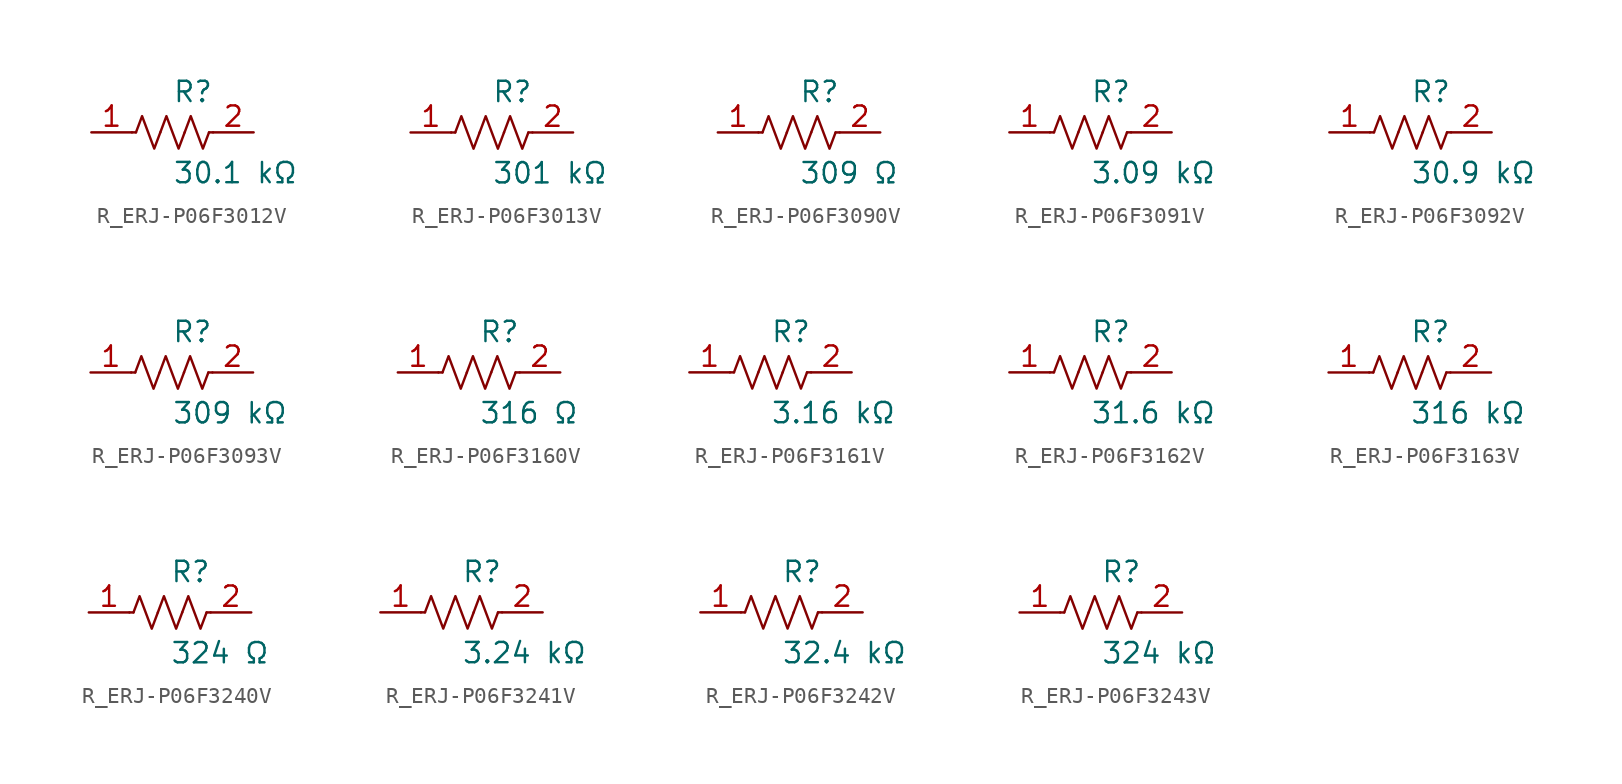
<source format=kicad_sym>
(kicad_symbol_lib
  (version 20231120)
  (generator kicad_symbol_editor)
  (generator_version 8.0)
  (symbol "R_ERJ-P06F3012V"
    (pin_names
      (offset 0.254))
    (property "Reference" "R"
      (at 0 2.54 0)
      (effects (font (size 1.27 1.27)) (justify left)))
    (property "Value" "30.1 kΩ"
      (at 0 -2.54 0)
      (effects (font (size 1.27 1.27)) (justify left)))
    (symbol "R_ERJ-P06F3012V_0_1"
      (polyline (pts (xy 2.286 0) (xy 2.54 0)) (stroke (width 0) (type default)) (fill (type none)))
      (polyline (pts (xy -2.286 0) (xy -2.54 0)) (stroke (width 0) (type default)) (fill (type none)))
      (polyline (pts (xy 0.762 0) (xy 1.143 1.016) (xy 1.524 0) (xy 1.905 -1.016) (xy 2.286 0)) (stroke (width 0) (type default)) (fill (type none)))
      (polyline (pts (xy -0.762 0) (xy -0.381 1.016) (xy 0 0) (xy 0.381 -1.016) (xy 0.762 0)) (stroke (width 0) (type default)) (fill (type none)))
      (polyline (pts (xy -2.286 0) (xy -1.905 1.016) (xy -1.524 0) (xy -1.143 -1.016) (xy -0.762 0)) (stroke (width 0) (type default)) (fill (type none))))
    (pin passive line
      (at -5.08 0 0)
      (length 2.54)
      (name "" (effects (font (size 1.27 1.27))))
      (number "1" (effects (font (size 1.27 1.27)))))
    (pin passive line
      (at 5.08 0 180)
      (length 2.54)
      (name "" (effects (font (size 1.27 1.27))))
      (number "2" (effects (font (size 1.27 1.27))))))
  (symbol "R_ERJ-P06F3013V"
    (pin_names
      (offset 0.254))
    (property "Reference" "R"
      (at 0 2.54 0)
      (effects (font (size 1.27 1.27)) (justify left)))
    (property "Value" "301 kΩ"
      (at 0 -2.54 0)
      (effects (font (size 1.27 1.27)) (justify left)))
    (symbol "R_ERJ-P06F3013V_0_1"
      (polyline (pts (xy 2.286 0) (xy 2.54 0)) (stroke (width 0) (type default)) (fill (type none)))
      (polyline (pts (xy -2.286 0) (xy -2.54 0)) (stroke (width 0) (type default)) (fill (type none)))
      (polyline (pts (xy 0.762 0) (xy 1.143 1.016) (xy 1.524 0) (xy 1.905 -1.016) (xy 2.286 0)) (stroke (width 0) (type default)) (fill (type none)))
      (polyline (pts (xy -0.762 0) (xy -0.381 1.016) (xy 0 0) (xy 0.381 -1.016) (xy 0.762 0)) (stroke (width 0) (type default)) (fill (type none)))
      (polyline (pts (xy -2.286 0) (xy -1.905 1.016) (xy -1.524 0) (xy -1.143 -1.016) (xy -0.762 0)) (stroke (width 0) (type default)) (fill (type none))))
    (pin passive line
      (at -5.08 0 0)
      (length 2.54)
      (name "" (effects (font (size 1.27 1.27))))
      (number "1" (effects (font (size 1.27 1.27)))))
    (pin passive line
      (at 5.08 0 180)
      (length 2.54)
      (name "" (effects (font (size 1.27 1.27))))
      (number "2" (effects (font (size 1.27 1.27))))))
  (symbol "R_ERJ-P06F3090V"
    (pin_names
      (offset 0.254))
    (property "Reference" "R"
      (at 0 2.54 0)
      (effects (font (size 1.27 1.27)) (justify left)))
    (property "Value" "309 Ω"
      (at 0 -2.54 0)
      (effects (font (size 1.27 1.27)) (justify left)))
    (symbol "R_ERJ-P06F3090V_0_1"
      (polyline (pts (xy 2.286 0) (xy 2.54 0)) (stroke (width 0) (type default)) (fill (type none)))
      (polyline (pts (xy -2.286 0) (xy -2.54 0)) (stroke (width 0) (type default)) (fill (type none)))
      (polyline (pts (xy 0.762 0) (xy 1.143 1.016) (xy 1.524 0) (xy 1.905 -1.016) (xy 2.286 0)) (stroke (width 0) (type default)) (fill (type none)))
      (polyline (pts (xy -0.762 0) (xy -0.381 1.016) (xy 0 0) (xy 0.381 -1.016) (xy 0.762 0)) (stroke (width 0) (type default)) (fill (type none)))
      (polyline (pts (xy -2.286 0) (xy -1.905 1.016) (xy -1.524 0) (xy -1.143 -1.016) (xy -0.762 0)) (stroke (width 0) (type default)) (fill (type none))))
    (pin passive line
      (at -5.08 0 0)
      (length 2.54)
      (name "" (effects (font (size 1.27 1.27))))
      (number "1" (effects (font (size 1.27 1.27)))))
    (pin passive line
      (at 5.08 0 180)
      (length 2.54)
      (name "" (effects (font (size 1.27 1.27))))
      (number "2" (effects (font (size 1.27 1.27))))))
  (symbol "R_ERJ-P06F3091V"
    (pin_names
      (offset 0.254))
    (property "Reference" "R"
      (at 0 2.54 0)
      (effects (font (size 1.27 1.27)) (justify left)))
    (property "Value" "3.09 kΩ"
      (at 0 -2.54 0)
      (effects (font (size 1.27 1.27)) (justify left)))
    (symbol "R_ERJ-P06F3091V_0_1"
      (polyline (pts (xy 2.286 0) (xy 2.54 0)) (stroke (width 0) (type default)) (fill (type none)))
      (polyline (pts (xy -2.286 0) (xy -2.54 0)) (stroke (width 0) (type default)) (fill (type none)))
      (polyline (pts (xy 0.762 0) (xy 1.143 1.016) (xy 1.524 0) (xy 1.905 -1.016) (xy 2.286 0)) (stroke (width 0) (type default)) (fill (type none)))
      (polyline (pts (xy -0.762 0) (xy -0.381 1.016) (xy 0 0) (xy 0.381 -1.016) (xy 0.762 0)) (stroke (width 0) (type default)) (fill (type none)))
      (polyline (pts (xy -2.286 0) (xy -1.905 1.016) (xy -1.524 0) (xy -1.143 -1.016) (xy -0.762 0)) (stroke (width 0) (type default)) (fill (type none))))
    (pin passive line
      (at -5.08 0 0)
      (length 2.54)
      (name "" (effects (font (size 1.27 1.27))))
      (number "1" (effects (font (size 1.27 1.27)))))
    (pin passive line
      (at 5.08 0 180)
      (length 2.54)
      (name "" (effects (font (size 1.27 1.27))))
      (number "2" (effects (font (size 1.27 1.27))))))
  (symbol "R_ERJ-P06F3092V"
    (pin_names
      (offset 0.254))
    (property "Reference" "R"
      (at 0 2.54 0)
      (effects (font (size 1.27 1.27)) (justify left)))
    (property "Value" "30.9 kΩ"
      (at 0 -2.54 0)
      (effects (font (size 1.27 1.27)) (justify left)))
    (symbol "R_ERJ-P06F3092V_0_1"
      (polyline (pts (xy 2.286 0) (xy 2.54 0)) (stroke (width 0) (type default)) (fill (type none)))
      (polyline (pts (xy -2.286 0) (xy -2.54 0)) (stroke (width 0) (type default)) (fill (type none)))
      (polyline (pts (xy 0.762 0) (xy 1.143 1.016) (xy 1.524 0) (xy 1.905 -1.016) (xy 2.286 0)) (stroke (width 0) (type default)) (fill (type none)))
      (polyline (pts (xy -0.762 0) (xy -0.381 1.016) (xy 0 0) (xy 0.381 -1.016) (xy 0.762 0)) (stroke (width 0) (type default)) (fill (type none)))
      (polyline (pts (xy -2.286 0) (xy -1.905 1.016) (xy -1.524 0) (xy -1.143 -1.016) (xy -0.762 0)) (stroke (width 0) (type default)) (fill (type none))))
    (pin passive line
      (at -5.08 0 0)
      (length 2.54)
      (name "" (effects (font (size 1.27 1.27))))
      (number "1" (effects (font (size 1.27 1.27)))))
    (pin passive line
      (at 5.08 0 180)
      (length 2.54)
      (name "" (effects (font (size 1.27 1.27))))
      (number "2" (effects (font (size 1.27 1.27))))))
  (symbol "R_ERJ-P06F3093V"
    (pin_names
      (offset 0.254))
    (property "Reference" "R"
      (at 0 2.54 0)
      (effects (font (size 1.27 1.27)) (justify left)))
    (property "Value" "309 kΩ"
      (at 0 -2.54 0)
      (effects (font (size 1.27 1.27)) (justify left)))
    (symbol "R_ERJ-P06F3093V_0_1"
      (polyline (pts (xy 2.286 0) (xy 2.54 0)) (stroke (width 0) (type default)) (fill (type none)))
      (polyline (pts (xy -2.286 0) (xy -2.54 0)) (stroke (width 0) (type default)) (fill (type none)))
      (polyline (pts (xy 0.762 0) (xy 1.143 1.016) (xy 1.524 0) (xy 1.905 -1.016) (xy 2.286 0)) (stroke (width 0) (type default)) (fill (type none)))
      (polyline (pts (xy -0.762 0) (xy -0.381 1.016) (xy 0 0) (xy 0.381 -1.016) (xy 0.762 0)) (stroke (width 0) (type default)) (fill (type none)))
      (polyline (pts (xy -2.286 0) (xy -1.905 1.016) (xy -1.524 0) (xy -1.143 -1.016) (xy -0.762 0)) (stroke (width 0) (type default)) (fill (type none))))
    (pin passive line
      (at -5.08 0 0)
      (length 2.54)
      (name "" (effects (font (size 1.27 1.27))))
      (number "1" (effects (font (size 1.27 1.27)))))
    (pin passive line
      (at 5.08 0 180)
      (length 2.54)
      (name "" (effects (font (size 1.27 1.27))))
      (number "2" (effects (font (size 1.27 1.27))))))
  (symbol "R_ERJ-P06F3160V"
    (pin_names
      (offset 0.254))
    (property "Reference" "R"
      (at 0 2.54 0)
      (effects (font (size 1.27 1.27)) (justify left)))
    (property "Value" "316 Ω"
      (at 0 -2.54 0)
      (effects (font (size 1.27 1.27)) (justify left)))
    (symbol "R_ERJ-P06F3160V_0_1"
      (polyline (pts (xy 2.286 0) (xy 2.54 0)) (stroke (width 0) (type default)) (fill (type none)))
      (polyline (pts (xy -2.286 0) (xy -2.54 0)) (stroke (width 0) (type default)) (fill (type none)))
      (polyline (pts (xy 0.762 0) (xy 1.143 1.016) (xy 1.524 0) (xy 1.905 -1.016) (xy 2.286 0)) (stroke (width 0) (type default)) (fill (type none)))
      (polyline (pts (xy -0.762 0) (xy -0.381 1.016) (xy 0 0) (xy 0.381 -1.016) (xy 0.762 0)) (stroke (width 0) (type default)) (fill (type none)))
      (polyline (pts (xy -2.286 0) (xy -1.905 1.016) (xy -1.524 0) (xy -1.143 -1.016) (xy -0.762 0)) (stroke (width 0) (type default)) (fill (type none))))
    (pin passive line
      (at -5.08 0 0)
      (length 2.54)
      (name "" (effects (font (size 1.27 1.27))))
      (number "1" (effects (font (size 1.27 1.27)))))
    (pin passive line
      (at 5.08 0 180)
      (length 2.54)
      (name "" (effects (font (size 1.27 1.27))))
      (number "2" (effects (font (size 1.27 1.27))))))
  (symbol "R_ERJ-P06F3161V"
    (pin_names
      (offset 0.254))
    (property "Reference" "R"
      (at 0 2.54 0)
      (effects (font (size 1.27 1.27)) (justify left)))
    (property "Value" "3.16 kΩ"
      (at 0 -2.54 0)
      (effects (font (size 1.27 1.27)) (justify left)))
    (symbol "R_ERJ-P06F3161V_0_1"
      (polyline (pts (xy 2.286 0) (xy 2.54 0)) (stroke (width 0) (type default)) (fill (type none)))
      (polyline (pts (xy -2.286 0) (xy -2.54 0)) (stroke (width 0) (type default)) (fill (type none)))
      (polyline (pts (xy 0.762 0) (xy 1.143 1.016) (xy 1.524 0) (xy 1.905 -1.016) (xy 2.286 0)) (stroke (width 0) (type default)) (fill (type none)))
      (polyline (pts (xy -0.762 0) (xy -0.381 1.016) (xy 0 0) (xy 0.381 -1.016) (xy 0.762 0)) (stroke (width 0) (type default)) (fill (type none)))
      (polyline (pts (xy -2.286 0) (xy -1.905 1.016) (xy -1.524 0) (xy -1.143 -1.016) (xy -0.762 0)) (stroke (width 0) (type default)) (fill (type none))))
    (pin passive line
      (at -5.08 0 0)
      (length 2.54)
      (name "" (effects (font (size 1.27 1.27))))
      (number "1" (effects (font (size 1.27 1.27)))))
    (pin passive line
      (at 5.08 0 180)
      (length 2.54)
      (name "" (effects (font (size 1.27 1.27))))
      (number "2" (effects (font (size 1.27 1.27))))))
  (symbol "R_ERJ-P06F3162V"
    (pin_names
      (offset 0.254))
    (property "Reference" "R"
      (at 0 2.54 0)
      (effects (font (size 1.27 1.27)) (justify left)))
    (property "Value" "31.6 kΩ"
      (at 0 -2.54 0)
      (effects (font (size 1.27 1.27)) (justify left)))
    (symbol "R_ERJ-P06F3162V_0_1"
      (polyline (pts (xy 2.286 0) (xy 2.54 0)) (stroke (width 0) (type default)) (fill (type none)))
      (polyline (pts (xy -2.286 0) (xy -2.54 0)) (stroke (width 0) (type default)) (fill (type none)))
      (polyline (pts (xy 0.762 0) (xy 1.143 1.016) (xy 1.524 0) (xy 1.905 -1.016) (xy 2.286 0)) (stroke (width 0) (type default)) (fill (type none)))
      (polyline (pts (xy -0.762 0) (xy -0.381 1.016) (xy 0 0) (xy 0.381 -1.016) (xy 0.762 0)) (stroke (width 0) (type default)) (fill (type none)))
      (polyline (pts (xy -2.286 0) (xy -1.905 1.016) (xy -1.524 0) (xy -1.143 -1.016) (xy -0.762 0)) (stroke (width 0) (type default)) (fill (type none))))
    (pin passive line
      (at -5.08 0 0)
      (length 2.54)
      (name "" (effects (font (size 1.27 1.27))))
      (number "1" (effects (font (size 1.27 1.27)))))
    (pin passive line
      (at 5.08 0 180)
      (length 2.54)
      (name "" (effects (font (size 1.27 1.27))))
      (number "2" (effects (font (size 1.27 1.27))))))
  (symbol "R_ERJ-P06F3163V"
    (pin_names
      (offset 0.254))
    (property "Reference" "R"
      (at 0 2.54 0)
      (effects (font (size 1.27 1.27)) (justify left)))
    (property "Value" "316 kΩ"
      (at 0 -2.54 0)
      (effects (font (size 1.27 1.27)) (justify left)))
    (symbol "R_ERJ-P06F3163V_0_1"
      (polyline (pts (xy 2.286 0) (xy 2.54 0)) (stroke (width 0) (type default)) (fill (type none)))
      (polyline (pts (xy -2.286 0) (xy -2.54 0)) (stroke (width 0) (type default)) (fill (type none)))
      (polyline (pts (xy 0.762 0) (xy 1.143 1.016) (xy 1.524 0) (xy 1.905 -1.016) (xy 2.286 0)) (stroke (width 0) (type default)) (fill (type none)))
      (polyline (pts (xy -0.762 0) (xy -0.381 1.016) (xy 0 0) (xy 0.381 -1.016) (xy 0.762 0)) (stroke (width 0) (type default)) (fill (type none)))
      (polyline (pts (xy -2.286 0) (xy -1.905 1.016) (xy -1.524 0) (xy -1.143 -1.016) (xy -0.762 0)) (stroke (width 0) (type default)) (fill (type none))))
    (pin passive line
      (at -5.08 0 0)
      (length 2.54)
      (name "" (effects (font (size 1.27 1.27))))
      (number "1" (effects (font (size 1.27 1.27)))))
    (pin passive line
      (at 5.08 0 180)
      (length 2.54)
      (name "" (effects (font (size 1.27 1.27))))
      (number "2" (effects (font (size 1.27 1.27))))))
  (symbol "R_ERJ-P06F3240V"
    (pin_names
      (offset 0.254))
    (property "Reference" "R"
      (at 0 2.54 0)
      (effects (font (size 1.27 1.27)) (justify left)))
    (property "Value" "324 Ω"
      (at 0 -2.54 0)
      (effects (font (size 1.27 1.27)) (justify left)))
    (symbol "R_ERJ-P06F3240V_0_1"
      (polyline (pts (xy 2.286 0) (xy 2.54 0)) (stroke (width 0) (type default)) (fill (type none)))
      (polyline (pts (xy -2.286 0) (xy -2.54 0)) (stroke (width 0) (type default)) (fill (type none)))
      (polyline (pts (xy 0.762 0) (xy 1.143 1.016) (xy 1.524 0) (xy 1.905 -1.016) (xy 2.286 0)) (stroke (width 0) (type default)) (fill (type none)))
      (polyline (pts (xy -0.762 0) (xy -0.381 1.016) (xy 0 0) (xy 0.381 -1.016) (xy 0.762 0)) (stroke (width 0) (type default)) (fill (type none)))
      (polyline (pts (xy -2.286 0) (xy -1.905 1.016) (xy -1.524 0) (xy -1.143 -1.016) (xy -0.762 0)) (stroke (width 0) (type default)) (fill (type none))))
    (pin passive line
      (at -5.08 0 0)
      (length 2.54)
      (name "" (effects (font (size 1.27 1.27))))
      (number "1" (effects (font (size 1.27 1.27)))))
    (pin passive line
      (at 5.08 0 180)
      (length 2.54)
      (name "" (effects (font (size 1.27 1.27))))
      (number "2" (effects (font (size 1.27 1.27))))))
  (symbol "R_ERJ-P06F3241V"
    (pin_names
      (offset 0.254))
    (property "Reference" "R"
      (at 0 2.54 0)
      (effects (font (size 1.27 1.27)) (justify left)))
    (property "Value" "3.24 kΩ"
      (at 0 -2.54 0)
      (effects (font (size 1.27 1.27)) (justify left)))
    (symbol "R_ERJ-P06F3241V_0_1"
      (polyline (pts (xy 2.286 0) (xy 2.54 0)) (stroke (width 0) (type default)) (fill (type none)))
      (polyline (pts (xy -2.286 0) (xy -2.54 0)) (stroke (width 0) (type default)) (fill (type none)))
      (polyline (pts (xy 0.762 0) (xy 1.143 1.016) (xy 1.524 0) (xy 1.905 -1.016) (xy 2.286 0)) (stroke (width 0) (type default)) (fill (type none)))
      (polyline (pts (xy -0.762 0) (xy -0.381 1.016) (xy 0 0) (xy 0.381 -1.016) (xy 0.762 0)) (stroke (width 0) (type default)) (fill (type none)))
      (polyline (pts (xy -2.286 0) (xy -1.905 1.016) (xy -1.524 0) (xy -1.143 -1.016) (xy -0.762 0)) (stroke (width 0) (type default)) (fill (type none))))
    (pin passive line
      (at -5.08 0 0)
      (length 2.54)
      (name "" (effects (font (size 1.27 1.27))))
      (number "1" (effects (font (size 1.27 1.27)))))
    (pin passive line
      (at 5.08 0 180)
      (length 2.54)
      (name "" (effects (font (size 1.27 1.27))))
      (number "2" (effects (font (size 1.27 1.27))))))
  (symbol "R_ERJ-P06F3242V"
    (pin_names
      (offset 0.254))
    (property "Reference" "R"
      (at 0 2.54 0)
      (effects (font (size 1.27 1.27)) (justify left)))
    (property "Value" "32.4 kΩ"
      (at 0 -2.54 0)
      (effects (font (size 1.27 1.27)) (justify left)))
    (symbol "R_ERJ-P06F3242V_0_1"
      (polyline (pts (xy 2.286 0) (xy 2.54 0)) (stroke (width 0) (type default)) (fill (type none)))
      (polyline (pts (xy -2.286 0) (xy -2.54 0)) (stroke (width 0) (type default)) (fill (type none)))
      (polyline (pts (xy 0.762 0) (xy 1.143 1.016) (xy 1.524 0) (xy 1.905 -1.016) (xy 2.286 0)) (stroke (width 0) (type default)) (fill (type none)))
      (polyline (pts (xy -0.762 0) (xy -0.381 1.016) (xy 0 0) (xy 0.381 -1.016) (xy 0.762 0)) (stroke (width 0) (type default)) (fill (type none)))
      (polyline (pts (xy -2.286 0) (xy -1.905 1.016) (xy -1.524 0) (xy -1.143 -1.016) (xy -0.762 0)) (stroke (width 0) (type default)) (fill (type none))))
    (pin passive line
      (at -5.08 0 0)
      (length 2.54)
      (name "" (effects (font (size 1.27 1.27))))
      (number "1" (effects (font (size 1.27 1.27)))))
    (pin passive line
      (at 5.08 0 180)
      (length 2.54)
      (name "" (effects (font (size 1.27 1.27))))
      (number "2" (effects (font (size 1.27 1.27))))))
  (symbol "R_ERJ-P06F3243V"
    (pin_names
      (offset 0.254))
    (property "Reference" "R"
      (at 0 2.54 0)
      (effects (font (size 1.27 1.27)) (justify left)))
    (property "Value" "324 kΩ"
      (at 0 -2.54 0)
      (effects (font (size 1.27 1.27)) (justify left)))
    (symbol "R_ERJ-P06F3243V_0_1"
      (polyline (pts (xy 2.286 0) (xy 2.54 0)) (stroke (width 0) (type default)) (fill (type none)))
      (polyline (pts (xy -2.286 0) (xy -2.54 0)) (stroke (width 0) (type default)) (fill (type none)))
      (polyline (pts (xy 0.762 0) (xy 1.143 1.016) (xy 1.524 0) (xy 1.905 -1.016) (xy 2.286 0)) (stroke (width 0) (type default)) (fill (type none)))
      (polyline (pts (xy -0.762 0) (xy -0.381 1.016) (xy 0 0) (xy 0.381 -1.016) (xy 0.762 0)) (stroke (width 0) (type default)) (fill (type none)))
      (polyline (pts (xy -2.286 0) (xy -1.905 1.016) (xy -1.524 0) (xy -1.143 -1.016) (xy -0.762 0)) (stroke (width 0) (type default)) (fill (type none))))
    (pin passive line
      (at -5.08 0 0)
      (length 2.54)
      (name "" (effects (font (size 1.27 1.27))))
      (number "1" (effects (font (size 1.27 1.27)))))
    (pin passive line
      (at 5.08 0 180)
      (length 2.54)
      (name "" (effects (font (size 1.27 1.27))))
      (number "2" (effects (font (size 1.27 1.27)))))))
</source>
